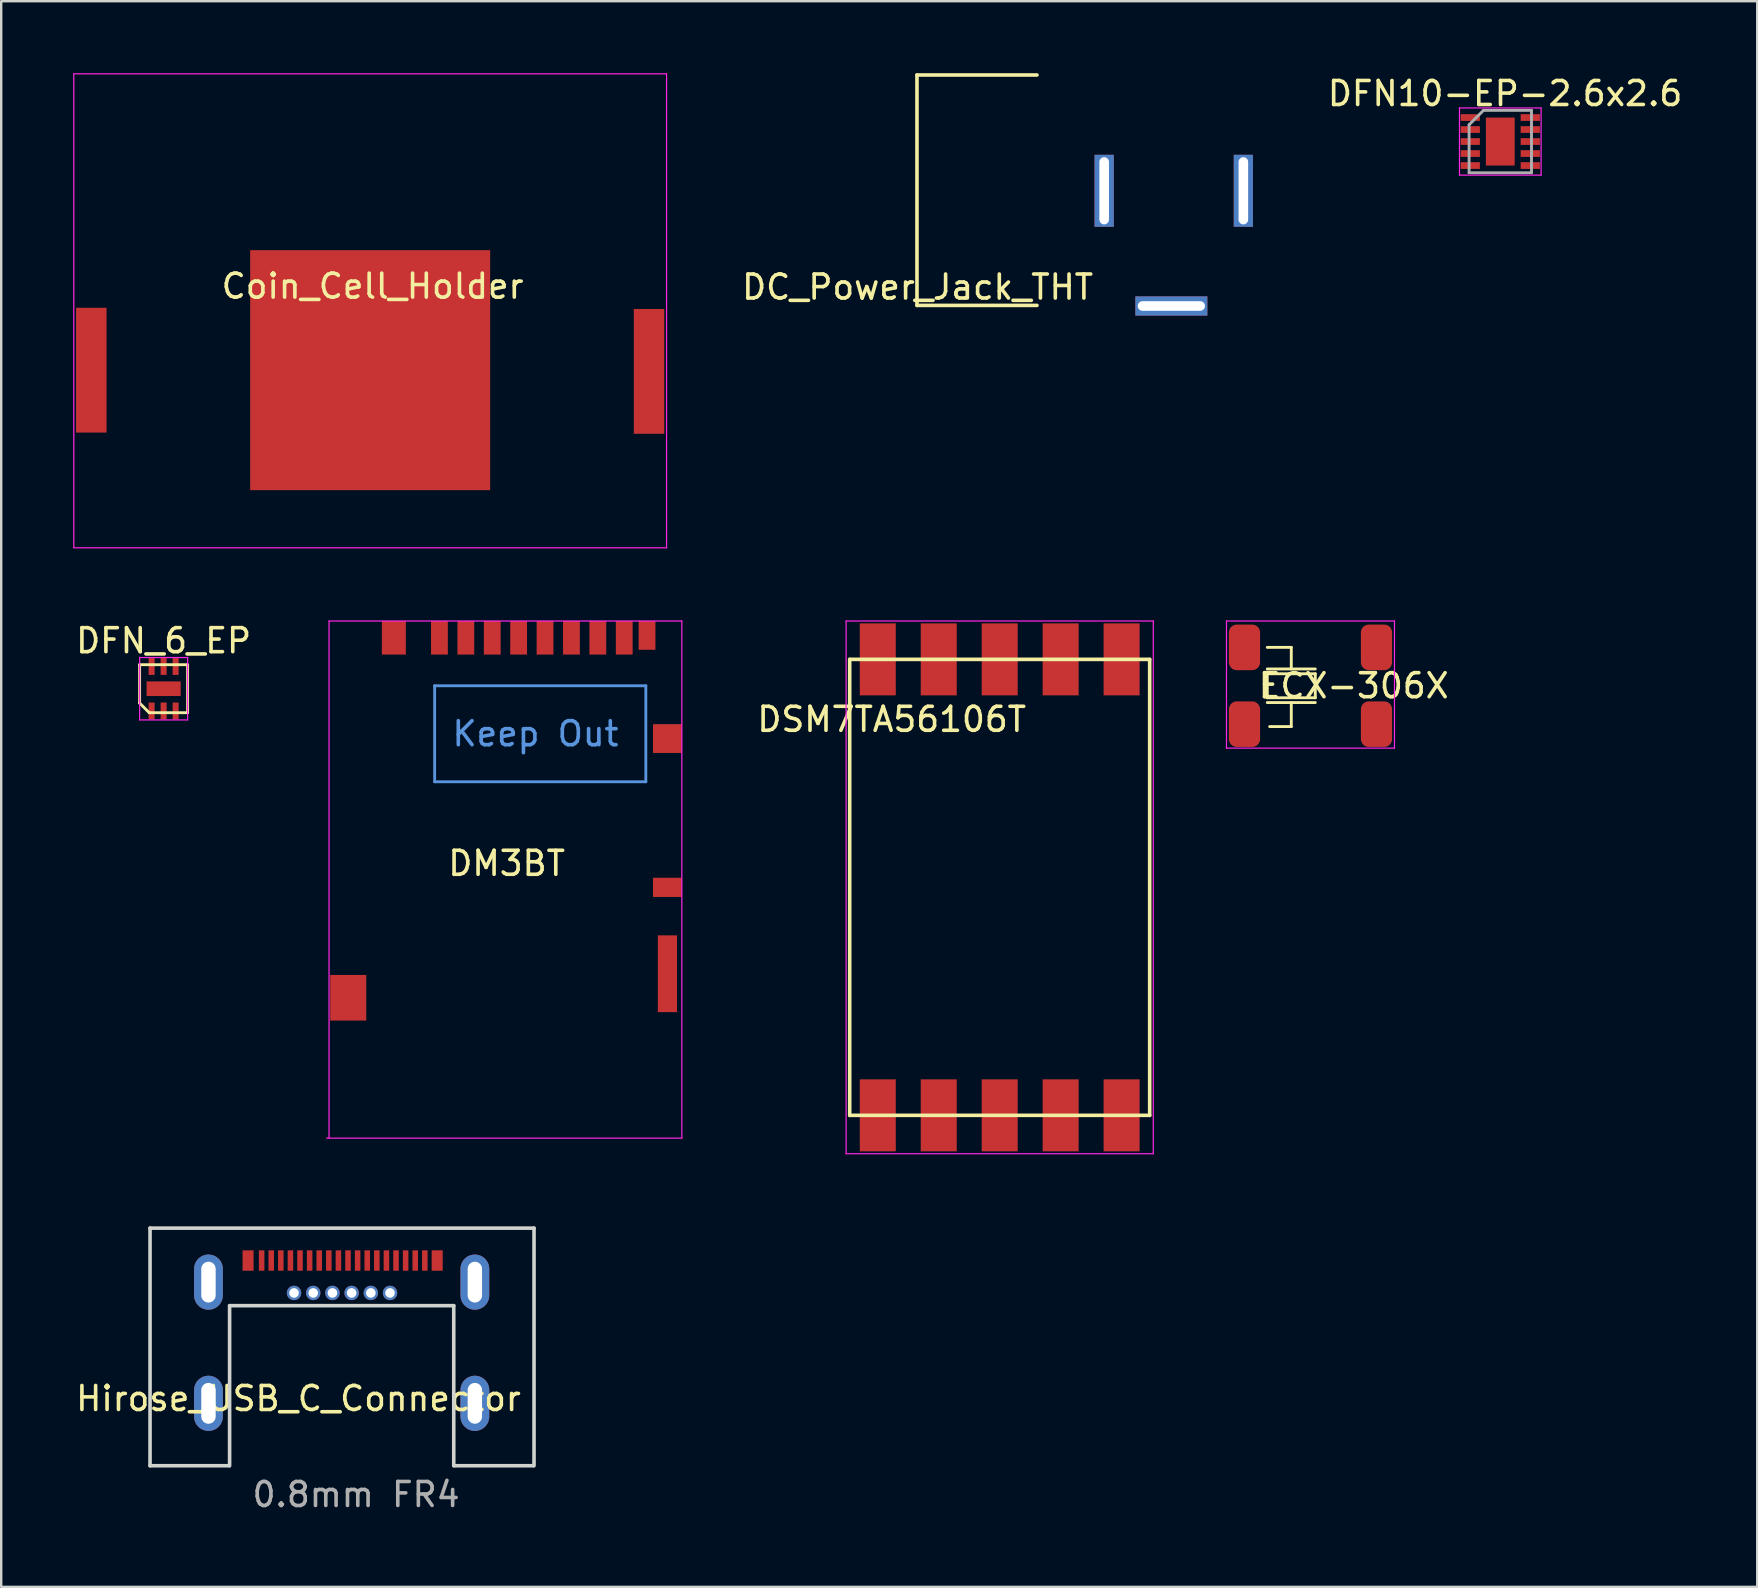
<source format=kicad_pcb>
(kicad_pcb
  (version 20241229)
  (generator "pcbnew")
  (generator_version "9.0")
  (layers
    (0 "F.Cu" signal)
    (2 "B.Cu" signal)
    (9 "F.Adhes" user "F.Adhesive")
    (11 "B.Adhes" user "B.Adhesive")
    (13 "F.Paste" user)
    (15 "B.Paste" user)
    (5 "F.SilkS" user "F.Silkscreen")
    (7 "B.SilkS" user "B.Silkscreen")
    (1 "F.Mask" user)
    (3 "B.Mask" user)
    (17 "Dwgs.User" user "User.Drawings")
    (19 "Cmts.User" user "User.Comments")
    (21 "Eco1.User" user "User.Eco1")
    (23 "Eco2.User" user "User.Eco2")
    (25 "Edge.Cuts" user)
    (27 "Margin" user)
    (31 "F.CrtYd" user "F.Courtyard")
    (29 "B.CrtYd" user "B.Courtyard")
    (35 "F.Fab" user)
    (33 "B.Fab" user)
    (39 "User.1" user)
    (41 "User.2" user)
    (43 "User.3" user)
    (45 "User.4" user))
  (footprint "DM3BT"
    (layer "F.Cu")
    (at 17.961 32.125)
    (property "Reference" "DM3BT" (at 0.1 0.8 0) (layer "F.SilkS") (effects (font (size 1 1) (thickness 0.15))))
    (attr through_hole)
    (fp_line (start -2.9 -6.6) (end -2.9 -2.6) (stroke (width 0.12) (type solid)) (layer "Cmts.User"))
    (fp_line (start 5.9 -6.6) (end -2.9 -6.6) (stroke (width 0.12) (type solid)) (layer "Cmts.User"))
    (fp_line (start 5.9 -6.6) (end 5.9 -2.6) (stroke (width 0.12) (type solid)) (layer "Cmts.User"))
    (fp_line (start 5.9 -2.6) (end -2.9 -2.6) (stroke (width 0.12) (type solid)) (layer "Cmts.User"))
    (fp_line (start -7.4 12.25) (end 7.4 12.25) (stroke (width 0.05) (type solid)) (layer "F.CrtYd"))
    (fp_line (start -7.3 -9.3) (end -7.3 12.25) (stroke (width 0.05) (type solid)) (layer "F.CrtYd"))
    (fp_line (start -7.3 -9.3) (end 7.4 -9.3) (stroke (width 0.05) (type solid)) (layer "F.CrtYd"))
    (fp_line (start 7.4 -9.3) (end 7.4 12.25) (stroke (width 0.05) (type solid)) (layer "F.CrtYd"))
    (fp_text user "Keep Out" (at 1.3 -4.6 0) (layer "Cmts.User") (effects (font (size 1 1) (thickness 0.15))))
    (pad "1" smd rect (at -2.7 -8.6) (size 0.7 1.4) (layers "F.Cu" "F.Mask" "F.Paste"))
    (pad "2" smd rect (at -1.6 -8.6) (size 0.7 1.4) (layers "F.Cu" "F.Mask" "F.Paste"))
    (pad "3" smd rect (at -0.5 -8.6) (size 0.7 1.4) (layers "F.Cu" "F.Mask" "F.Paste"))
    (pad "4" smd rect (at 0.6 -8.6) (size 0.7 1.4) (layers "F.Cu" "F.Mask" "F.Paste"))
    (pad "5" smd rect (at 1.7 -8.6) (size 0.7 1.4) (layers "F.Cu" "F.Mask" "F.Paste"))
    (pad "6" smd rect (at 2.8 -8.6) (size 0.7 1.4) (layers "F.Cu" "F.Mask" "F.Paste"))
    (pad "7" smd rect (at 3.9 -8.6) (size 0.7 1.4) (layers "F.Cu" "F.Mask" "F.Paste"))
    (pad "8" smd rect (at 5 -8.6) (size 0.7 1.4) (layers "F.Cu" "F.Mask" "F.Paste"))
    (pad "9" smd rect (at 5.95 -8.7) (size 0.7 1.2) (layers "F.Cu" "F.Mask" "F.Paste"))
    (pad "10" smd rect (at 6.8 1.8) (size 1.2 0.8) (layers "F.Cu" "F.Mask" "F.Paste"))
    (pad "11" smd rect (at -6.5 6.4) (size 1.5 1.9) (layers "F.Cu" "F.Mask" "F.Paste"))
    (pad "11" smd rect (at -4.6 -8.6) (size 1 1.4) (layers "F.Cu" "F.Mask" "F.Paste"))
    (pad "11" smd rect (at 6.8 -4.4) (size 1.2 1.2) (layers "F.Cu" "F.Mask" "F.Paste"))
    (pad "11" smd rect (at 6.8 5.4 90) (size 3.2 0.8) (layers "F.Cu" "F.Mask" "F.Paste")))
  (footprint "Coin_Cell_Holder"
    (layer "F.Cu")
    (at 12.375 12.375)
    (property "Reference" "Coin_Cell_Holder" (at 0.1 -3.5 0) (layer "F.SilkS") (effects (font (size 1 1) (thickness 0.15))))
    (attr through_hole)
    (fp_line (start -12.35 -12.35) (end -12.35 7.4) (stroke (width 0.05) (type solid)) (layer "F.CrtYd"))
    (fp_line (start -12.35 -12.35) (end 12.35 -12.35) (stroke (width 0.05) (type solid)) (layer "F.CrtYd"))
    (fp_line (start 12.35 -12.35) (end 12.35 7.4) (stroke (width 0.05) (type solid)) (layer "F.CrtYd"))
    (fp_line (start 12.35 7.4) (end -12.35 7.4) (stroke (width 0.05) (type solid)) (layer "F.CrtYd"))
    (pad "1" smd rect (at -11.62 0) (size 1.27 5.2) (layers "F.Cu" "F.Mask" "F.Paste"))
    (pad "1" smd rect (at 11.62 0.05) (size 1.27 5.2) (layers "F.Cu" "F.Mask" "F.Paste"))
    (pad "2" smd rect (at 0 0) (size 10 10) (layers "F.Cu" "F.Mask" "F.Paste")))
  (footprint "DC_Power_Jack_THT"
    (layer "F.Cu")
    (at 46.132 4.9)
    (property "Reference" "DC_Power_Jack_THT" (at -10.947 4.013 0) (layer "F.SilkS") (effects (font (size 1 1) (thickness 0.15))))
    (attr through_hole)
    (fp_line (start -10.973 -4.825) (end -5.973 -4.825) (stroke (width 0.15) (type solid)) (layer "F.SilkS"))
    (fp_line (start -10.973 4.775) (end -10.973 -4.825) (stroke (width 0.15) (type solid)) (layer "F.SilkS"))
    (fp_line (start -10.973 4.775) (end -5.973 4.775) (stroke (width 0.15) (type solid)) (layer "F.SilkS"))
    (pad "1" thru_hole rect (at -0.373 4.8) (size 3 0.8) (drill oval 2.8 0.4) (layers "*.Cu" "*.Mask"))
    (pad "2" thru_hole rect (at 2.627 0 90) (size 3 0.8) (drill oval 2.8 0.4) (layers "*.Cu" "*.Mask"))
    (pad "3" thru_hole rect (at -3.173 0 90) (size 3 0.8) (drill oval 2.8 0.4) (layers "*.Cu" "*.Mask")))
  (footprint "DFN10-EP-2.6x2.6"
    (layer "F.Cu")
    (at 59.665 2.848)
    (property "Reference" "DFN10-EP-2.6x2.6" (at 0 -2 0) (layer "F.SilkS") (effects (font (size 1 1) (thickness 0.15))))
    (attr through_hole)
    (fp_line (start -1.9 -1.4) (end 1.5 -1.4) (stroke (width 0.05) (type solid)) (layer "F.CrtYd"))
    (fp_line (start -1.9 1.4) (end -1.9 -1.4) (stroke (width 0.05) (type solid)) (layer "F.CrtYd"))
    (fp_line (start 1.5 -1.4) (end 1.5 1.4) (stroke (width 0.05) (type solid)) (layer "F.CrtYd"))
    (fp_line (start 1.5 1.4) (end -1.9 1.4) (stroke (width 0.05) (type solid)) (layer "F.CrtYd"))
    (fp_line (start -1.5 -0.7) (end -1.5 1.3) (stroke (width 0.12) (type solid)) (layer "F.Fab"))
    (fp_line (start -1.5 -0.7) (end -0.9 -1.3) (stroke (width 0.12) (type solid)) (layer "F.Fab"))
    (fp_line (start -0.9 -1.3) (end 1.1 -1.3) (stroke (width 0.12) (type solid)) (layer "F.Fab"))
    (fp_line (start 1.1 1.3) (end -1.5 1.3) (stroke (width 0.12) (type solid)) (layer "F.Fab"))
    (fp_line (start 1.1 1.3) (end 1.1 -1.3) (stroke (width 0.12) (type solid)) (layer "F.Fab"))
    (pad "0" smd rect (at -0.2 0 270) (size 2 1.2) (layers "F.Cu" "F.Mask"))
    (pad "1" smd rect (at -1.45 -1 270) (size 0.28 0.8) (layers "F.Cu" "F.Mask" "F.Paste"))
    (pad "2" smd rect (at -1.45 -0.5 270) (size 0.28 0.8) (layers "F.Cu" "F.Mask" "F.Paste"))
    (pad "3" smd rect (at -1.45 0 270) (size 0.28 0.8) (layers "F.Cu" "F.Mask" "F.Paste"))
    (pad "4" smd rect (at -1.45 0.5 270) (size 0.28 0.8) (layers "F.Cu" "F.Mask" "F.Paste"))
    (pad "5" smd rect (at -1.45 1 270) (size 0.28 0.8) (layers "F.Cu" "F.Mask" "F.Paste"))
    (pad "6" smd rect (at 1.05 1 270) (size 0.28 0.8) (layers "F.Cu" "F.Mask" "F.Paste"))
    (pad "7" smd rect (at 1.05 0.5 270) (size 0.28 0.8) (layers "F.Cu" "F.Mask" "F.Paste"))
    (pad "8" smd rect (at 1.05 0 270) (size 0.28 0.8) (layers "F.Cu" "F.Mask" "F.Paste"))
    (pad "9" smd rect (at 1.05 -0.5 270) (size 0.28 0.8) (layers "F.Cu" "F.Mask" "F.Paste"))
    (pad "10" smd rect (at 1.05 -1 270) (size 0.28 0.8) (layers "F.Cu" "F.Mask" "F.Paste")))
  (footprint "Hirose_USB_C_Connector"
    (layer "F.Cu")
    (at 11.187 58.025)
    (property "Reference" "Hirose_USB_C_Connector" (at -1.8 -2.8 0) (layer "F.SilkS") (effects (font (size 1 1) (thickness 0.15))))
    (attr through_hole)
    (fp_line (start -7.985 0) (end -7.985 -9.9) (stroke (width 0.15) (type solid)) (layer "Edge.Cuts"))
    (fp_line (start -4.685 0) (end -7.985 0) (stroke (width 0.15) (type solid)) (layer "Edge.Cuts"))
    (fp_line (start -4.67 -6.67) (end 4.67 -6.67) (stroke (width 0.15) (type solid)) (layer "Edge.Cuts"))
    (fp_line (start -4.67 0) (end -4.67 -6.67) (stroke (width 0.15) (type solid)) (layer "Edge.Cuts"))
    (fp_line (start 4.67 0) (end 4.67 -6.67) (stroke (width 0.15) (type solid)) (layer "Edge.Cuts"))
    (fp_line (start 4.685 0) (end 7.985 0) (stroke (width 0.15) (type solid)) (layer "Edge.Cuts"))
    (fp_line (start 8.015 -9.9) (end -7.985 -9.9) (stroke (width 0.15) (type solid)) (layer "Edge.Cuts"))
    (fp_line (start 8.015 0) (end 8.015 -9.9) (stroke (width 0.15) (type solid)) (layer "Edge.Cuts"))
    (fp_text user "0.8mm FR4" (at 0.6 1.2 0) (layer "F.Fab") (effects (font (size 1 1) (thickness 0.15))))
    (pad "1" smd rect (at -3.9 -8.55) (size 0.46 0.85) (layers "F.Cu" "F.Mask" "F.Paste"))
    (pad "20" smd rect (at 3.98 -8.55) (size 0.46 0.85) (layers "F.Cu" "F.Mask" "F.Paste"))
    (pad "27" thru_hole oval (at 5.55 -7.65) (size 1.2 2.3) (drill oval 0.6 1.7) (layers "*.Cu" "*.Mask"))
    (pad "28" thru_hole oval (at -5.55 -7.65) (size 1.2 2.3) (drill oval 0.6 1.7) (layers "*.Cu" "*.Mask"))
    (pad "29" thru_hole oval (at -5.55 -2.6) (size 1.2 2.3) (drill oval 0.6 1.7) (layers "*.Cu" "*.Mask"))
    (pad "30" thru_hole oval (at 5.55 -2.6) (size 1.2 2.3) (drill oval 0.6 1.7) (layers "*.Cu" "*.Mask"))
    (pad "A1" smd rect (at -2.135 -8.55) (size 0.23 0.85) (layers "F.Cu" "F.Mask" "F.Paste"))
    (pad "A2" smd rect (at -1.735 -8.55) (size 0.23 0.85) (layers "F.Cu" "F.Mask" "F.Paste"))
    (pad "A3" smd rect (at -1.335 -8.55) (size 0.23 0.85) (layers "F.Cu" "F.Mask" "F.Paste"))
    (pad "A4" smd rect (at -0.935 -8.55) (size 0.23 0.85) (layers "F.Cu" "F.Mask" "F.Paste"))
    (pad "A5" smd rect (at -0.535 -8.55) (size 0.23 0.85) (layers "F.Cu" "F.Mask" "F.Paste"))
    (pad "A6" smd rect (at -0.135 -8.55) (size 0.23 0.85) (layers "F.Cu" "F.Mask" "F.Paste"))
    (pad "A7" smd rect (at 0.265 -8.55) (size 0.23 0.85) (layers "F.Cu" "F.Mask" "F.Paste"))
    (pad "A8" smd rect (at 0.665 -8.55) (size 0.23 0.85) (layers "F.Cu" "F.Mask" "F.Paste"))
    (pad "A9" smd rect (at 1.065 -8.55) (size 0.23 0.85) (layers "F.Cu" "F.Mask" "F.Paste"))
    (pad "A10" smd rect (at 1.465 -8.55) (size 0.23 0.85) (layers "F.Cu" "F.Mask" "F.Paste"))
    (pad "A11" smd rect (at 1.865 -8.55) (size 0.23 0.85) (layers "F.Cu" "F.Mask" "F.Paste"))
    (pad "A12" smd rect (at 2.265 -8.55) (size 0.23 0.85) (layers "F.Cu" "F.Mask" "F.Paste"))
    (pad "B1" smd rect (at 3.465 -8.55) (size 0.23 0.85) (layers "F.Cu" "F.Mask" "F.Paste"))
    (pad "B2" smd rect (at 3.065 -8.55) (size 0.23 0.85) (layers "F.Cu" "F.Mask" "F.Paste"))
    (pad "B3" smd rect (at 2.665 -8.55) (size 0.23 0.85) (layers "F.Cu" "F.Mask" "F.Paste"))
    (pad "B4" thru_hole circle (at 2.015 -7.2) (size 0.6 0.6) (drill 0.4) (layers "*.Cu" "*.Mask"))
    (pad "B5" thru_hole circle (at 1.215 -7.2) (size 0.6 0.6) (drill 0.4) (layers "*.Cu" "*.Mask"))
    (pad "B6" thru_hole circle (at 0.415 -7.2) (size 0.6 0.6) (drill 0.4) (layers "*.Cu" "*.Mask"))
    (pad "B7" thru_hole circle (at -0.385 -7.2) (size 0.6 0.6) (drill 0.4) (layers "*.Cu" "*.Mask"))
    (pad "B8" thru_hole circle (at -1.185 -7.2) (size 0.6 0.6) (drill 0.4) (layers "*.Cu" "*.Mask"))
    (pad "B9" thru_hole circle (at -1.985 -7.2) (size 0.6 0.6) (drill 0.4) (layers "*.Cu" "*.Mask"))
    (pad "B10" smd rect (at -2.535 -8.55) (size 0.23 0.85) (layers "F.Cu" "F.Mask" "F.Paste"))
    (pad "B11" smd rect (at -2.935 -8.55) (size 0.23 0.85) (layers "F.Cu" "F.Mask" "F.Paste"))
    (pad "B12" smd rect (at -3.335 -8.55) (size 0.23 0.85) (layers "F.Cu" "F.Mask" "F.Paste")))
  (footprint "DFN_6_EP"
    (layer "F.Cu")
    (at 3.768 25.648)
    (property "Reference" "DFN_6_EP" (at 0 -2 0) (layer "F.SilkS") (effects (font (size 1 1) (thickness 0.15))))
    (attr through_hole)
    (fp_line (start -1 -1) (end 1 -1) (stroke (width 0.12) (type solid)) (layer "F.SilkS"))
    (fp_line (start -1 0.6) (end -1 -1) (stroke (width 0.12) (type solid)) (layer "F.SilkS"))
    (fp_line (start -0.6 1) (end -1 0.6) (stroke (width 0.12) (type solid)) (layer "F.SilkS"))
    (fp_line (start 1 -1) (end 1 1) (stroke (width 0.12) (type solid)) (layer "F.SilkS"))
    (fp_line (start 1 1) (end -0.6 1) (stroke (width 0.12) (type solid)) (layer "F.SilkS"))
    (fp_line (start -1 -1.3) (end 1 -1.3) (stroke (width 0.05) (type solid)) (layer "F.CrtYd"))
    (fp_line (start -1 1.3) (end -1 -1.3) (stroke (width 0.05) (type solid)) (layer "F.CrtYd"))
    (fp_line (start 1 -1.3) (end 1 1.3) (stroke (width 0.05) (type solid)) (layer "F.CrtYd"))
    (fp_line (start 1 1.3) (end -1 1.3) (stroke (width 0.05) (type solid)) (layer "F.CrtYd"))
    (pad "1" smd rect (at -0.5 0.925) (size 0.25 0.7) (layers "F.Cu" "F.Mask" "F.Paste"))
    (pad "2" smd rect (at 0 0.925) (size 0.25 0.7) (layers "F.Cu" "F.Mask" "F.Paste"))
    (pad "3" smd rect (at 0.5 0.925) (size 0.25 0.7) (layers "F.Cu" "F.Mask" "F.Paste"))
    (pad "4" smd rect (at 0.5 -0.925) (size 0.25 0.7) (layers "F.Cu" "F.Mask" "F.Paste"))
    (pad "5" smd rect (at 0 -0.925) (size 0.25 0.7) (layers "F.Cu" "F.Mask" "F.Paste"))
    (pad "6" smd rect (at -0.5 -0.925) (size 0.25 0.7) (layers "F.Cu" "F.Mask" "F.Paste"))
    (pad "7" smd rect (at 0 0) (size 1.42 0.61) (layers "F.Cu" "F.Mask" "F.Paste")))
  (footprint "DSM7TA56106T"
    (layer "F.Cu")
    (at 38.606 33.925)
    (property "Reference" "DSM7TA56106T" (at -4.5 -7 0) (layer "F.SilkS") (effects (font (size 1 1) (thickness 0.15))))
    (attr through_hole)
    (fp_line (start -6.25 -9.5) (end -6.25 9.5) (stroke (width 0.15) (type solid)) (layer "F.SilkS"))
    (fp_line (start -6.25 -9.5) (end 6.25 -9.5) (stroke (width 0.15) (type solid)) (layer "F.SilkS"))
    (fp_line (start -6.25 9.5) (end 6.25 9.5) (stroke (width 0.15) (type solid)) (layer "F.SilkS"))
    (fp_line (start 6.25 -9.5) (end 6.25 9.5) (stroke (width 0.15) (type solid)) (layer "F.SilkS"))
    (fp_line (start -6.4 -11.1) (end 6.4 -11.1) (stroke (width 0.05) (type solid)) (layer "F.CrtYd"))
    (fp_line (start -6.4 11.1) (end -6.4 -11.1) (stroke (width 0.05) (type solid)) (layer "F.CrtYd"))
    (fp_line (start 6.4 -11.1) (end 6.4 11.1) (stroke (width 0.05) (type solid)) (layer "F.CrtYd"))
    (fp_line (start 6.4 11.1) (end -6.4 11.1) (stroke (width 0.05) (type solid)) (layer "F.CrtYd"))
    (pad "1" smd rect (at 5.08 9.5) (size 1.5 3) (layers "F.Cu" "F.Mask" "F.Paste"))
    (pad "2" smd rect (at 2.54 9.5) (size 1.5 3) (layers "F.Cu" "F.Mask" "F.Paste"))
    (pad "3" smd rect (at 0 9.5) (size 1.5 3) (layers "F.Cu" "F.Mask" "F.Paste"))
    (pad "4" smd rect (at -2.54 9.5) (size 1.5 3) (layers "F.Cu" "F.Mask" "F.Paste"))
    (pad "5" smd rect (at -5.08 9.5) (size 1.5 3) (layers "F.Cu" "F.Mask" "F.Paste"))
    (pad "6" smd rect (at 5.08 -9.5) (size 1.5 3) (layers "F.Cu" "F.Mask" "F.Paste"))
    (pad "7" smd rect (at 2.54 -9.5) (size 1.5 3) (layers "F.Cu" "F.Mask" "F.Paste"))
    (pad "8" smd rect (at 0 -9.5) (size 1.5 3) (layers "F.Cu" "F.Mask" "F.Paste"))
    (pad "9" smd rect (at -2.54 -9.5) (size 1.5 3) (layers "F.Cu" "F.Mask" "F.Paste"))
    (pad "10" smd rect (at -5.08 -9.5) (size 1.5 3) (layers "F.Cu" "F.Mask" "F.Paste")))
  (footprint "ECX-306X"
    (layer "F.Cu")
    (at 51.556 25.525)
    (property "Reference" "ECX-306X" (at 1.8 0 0) (layer "F.SilkS") (effects (font (size 1 1) (thickness 0.15))))
    (attr through_hole)
    (fp_line (start -1.8 -1.6) (end -0.8 -1.6) (stroke (width 0.12) (type solid)) (layer "F.SilkS"))
    (fp_line (start -1.8 -0.7) (end 0.2 -0.7) (stroke (width 0.12) (type solid)) (layer "F.SilkS"))
    (fp_line (start -1.8 -0.5) (end 0.2 -0.5) (stroke (width 0.12) (type solid)) (layer "F.SilkS"))
    (fp_line (start -1.8 0.5) (end -1.8 -0.5) (stroke (width 0.12) (type solid)) (layer "F.SilkS"))
    (fp_line (start -1.8 0.7) (end 0.2 0.7) (stroke (width 0.12) (type solid)) (layer "F.SilkS"))
    (fp_line (start -0.8 -1.6) (end -0.8 -0.7) (stroke (width 0.12) (type solid)) (layer "F.SilkS"))
    (fp_line (start -0.8 0.7) (end -0.8 1.7) (stroke (width 0.12) (type solid)) (layer "F.SilkS"))
    (fp_line (start -0.8 1.7) (end -1.7 1.7) (stroke (width 0.12) (type solid)) (layer "F.SilkS"))
    (fp_line (start 0.2 -0.5) (end 0.2 0.5) (stroke (width 0.12) (type solid)) (layer "F.SilkS"))
    (fp_line (start 0.2 0.5) (end -1.8 0.5) (stroke (width 0.12) (type solid)) (layer "F.SilkS"))
    (fp_line (start -3.5 -2.7) (end -3.5 2.6) (stroke (width 0.05) (type solid)) (layer "F.CrtYd"))
    (fp_line (start -3.5 -2.7) (end 3.5 -2.7) (stroke (width 0.05) (type solid)) (layer "F.CrtYd"))
    (fp_line (start -3.5 2.6) (end 3.5 2.6) (stroke (width 0.05) (type solid)) (layer "F.CrtYd"))
    (fp_line (start 3.5 -2.7) (end 3.5 2.6) (stroke (width 0.05) (type solid)) (layer "F.CrtYd"))
    (pad "1" smd roundrect (at -2.75 1.6) (size 1.3 1.9) (layers "F.Cu" "F.Mask" "F.Paste") (roundrect_rratio 0.25))
    (pad "2" smd roundrect (at 2.75 1.6) (size 1.3 1.9) (layers "F.Cu" "F.Mask" "F.Paste") (roundrect_rratio 0.25))
    (pad "3" smd roundrect (at 2.75 -1.6) (size 1.3 1.9) (layers "F.Cu" "F.Mask" "F.Paste") (roundrect_rratio 0.25))
    (pad "4" smd roundrect (at -2.75 -1.6) (size 1.3 1.9) (layers "F.Cu" "F.Mask" "F.Paste") (roundrect_rratio 0.25)))
  (gr_rect
    (start -3 -3)
    (end 70.171 63.073)
    (stroke (width 0.1) (type default))
    (fill no)
    (layer "Edge.Cuts")))
</source>
